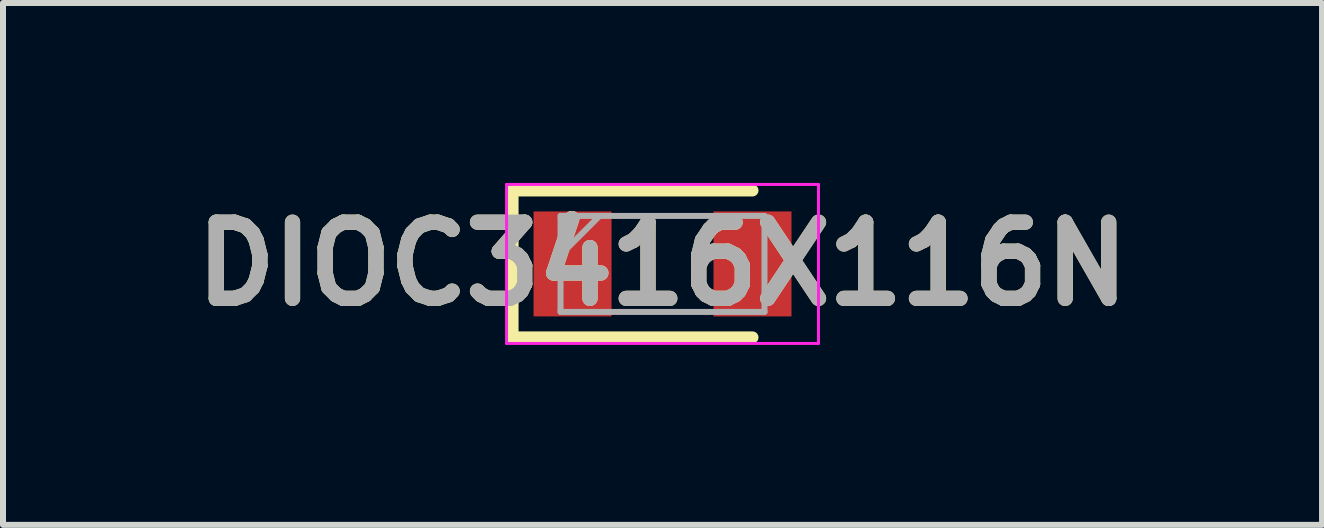
<source format=kicad_pcb>
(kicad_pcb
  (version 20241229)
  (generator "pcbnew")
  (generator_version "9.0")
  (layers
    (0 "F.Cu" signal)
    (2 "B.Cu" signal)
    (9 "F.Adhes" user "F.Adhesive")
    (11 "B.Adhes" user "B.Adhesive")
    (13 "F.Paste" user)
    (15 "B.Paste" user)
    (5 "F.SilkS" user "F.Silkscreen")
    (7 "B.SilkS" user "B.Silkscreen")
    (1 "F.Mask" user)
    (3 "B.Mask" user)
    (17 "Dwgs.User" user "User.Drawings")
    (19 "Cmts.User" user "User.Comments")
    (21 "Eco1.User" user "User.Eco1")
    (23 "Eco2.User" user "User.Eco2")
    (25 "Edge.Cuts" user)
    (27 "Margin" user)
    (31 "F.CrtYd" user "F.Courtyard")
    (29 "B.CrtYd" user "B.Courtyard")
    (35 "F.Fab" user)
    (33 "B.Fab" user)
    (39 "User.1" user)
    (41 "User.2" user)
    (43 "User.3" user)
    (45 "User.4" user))
  (footprint "DIOC3416X116N"
    (layer "F.Cu")
    (at 7.995 1.35)
    (property "Reference" "DIOC3416X116N" (at 0 0 0) (layer "F.SilkS") (effects (font (size 1.27 1.27) (thickness 0.254))))
    (attr smd)
    (fp_line (start -2.5 -1.225) (end -2.5 1.225) (stroke (width 0.2) (type solid)) (layer "F.SilkS"))
    (fp_line (start -2.5 1.225) (end 1.5 1.225) (stroke (width 0.2) (type solid)) (layer "F.SilkS"))
    (fp_line (start 1.5 -1.225) (end -2.5 -1.225) (stroke (width 0.2) (type solid)) (layer "F.SilkS"))
    (fp_line (start -2.6 -1.325) (end 2.6 -1.325) (stroke (width 0.05) (type solid)) (layer "F.CrtYd"))
    (fp_line (start -2.6 1.325) (end -2.6 -1.325) (stroke (width 0.05) (type solid)) (layer "F.CrtYd"))
    (fp_line (start 2.6 -1.325) (end 2.6 1.325) (stroke (width 0.05) (type solid)) (layer "F.CrtYd"))
    (fp_line (start 2.6 1.325) (end -2.6 1.325) (stroke (width 0.05) (type solid)) (layer "F.CrtYd"))
    (fp_line (start -1.7 -0.8) (end 1.7 -0.8) (stroke (width 0.1) (type solid)) (layer "F.Fab"))
    (fp_line (start -1.7 -0.15) (end -1.05 -0.8) (stroke (width 0.1) (type solid)) (layer "F.Fab"))
    (fp_line (start -1.7 0.8) (end -1.7 -0.8) (stroke (width 0.1) (type solid)) (layer "F.Fab"))
    (fp_line (start 1.7 -0.8) (end 1.7 0.8) (stroke (width 0.1) (type solid)) (layer "F.Fab"))
    (fp_line (start 1.7 0.8) (end -1.7 0.8) (stroke (width 0.1) (type solid)) (layer "F.Fab"))
    (fp_text user "${REFERENCE}" (at 0 0 0) (layer "F.Fab") (effects (font (size 1.27 1.27) (thickness 0.254))))
    (pad "1" smd rect (at -1.5 0) (size 1.3 1.75) (layers "F.Cu" "F.Mask" "F.Paste"))
    (pad "2" smd rect (at 1.5 0) (size 1.3 1.75) (layers "F.Cu" "F.Mask" "F.Paste")))
  (gr_rect
    (start -3 -3)
    (end 18.99 5.7)
    (stroke (width 0.1) (type default))
    (fill no)
    (layer "Edge.Cuts")))
</source>
